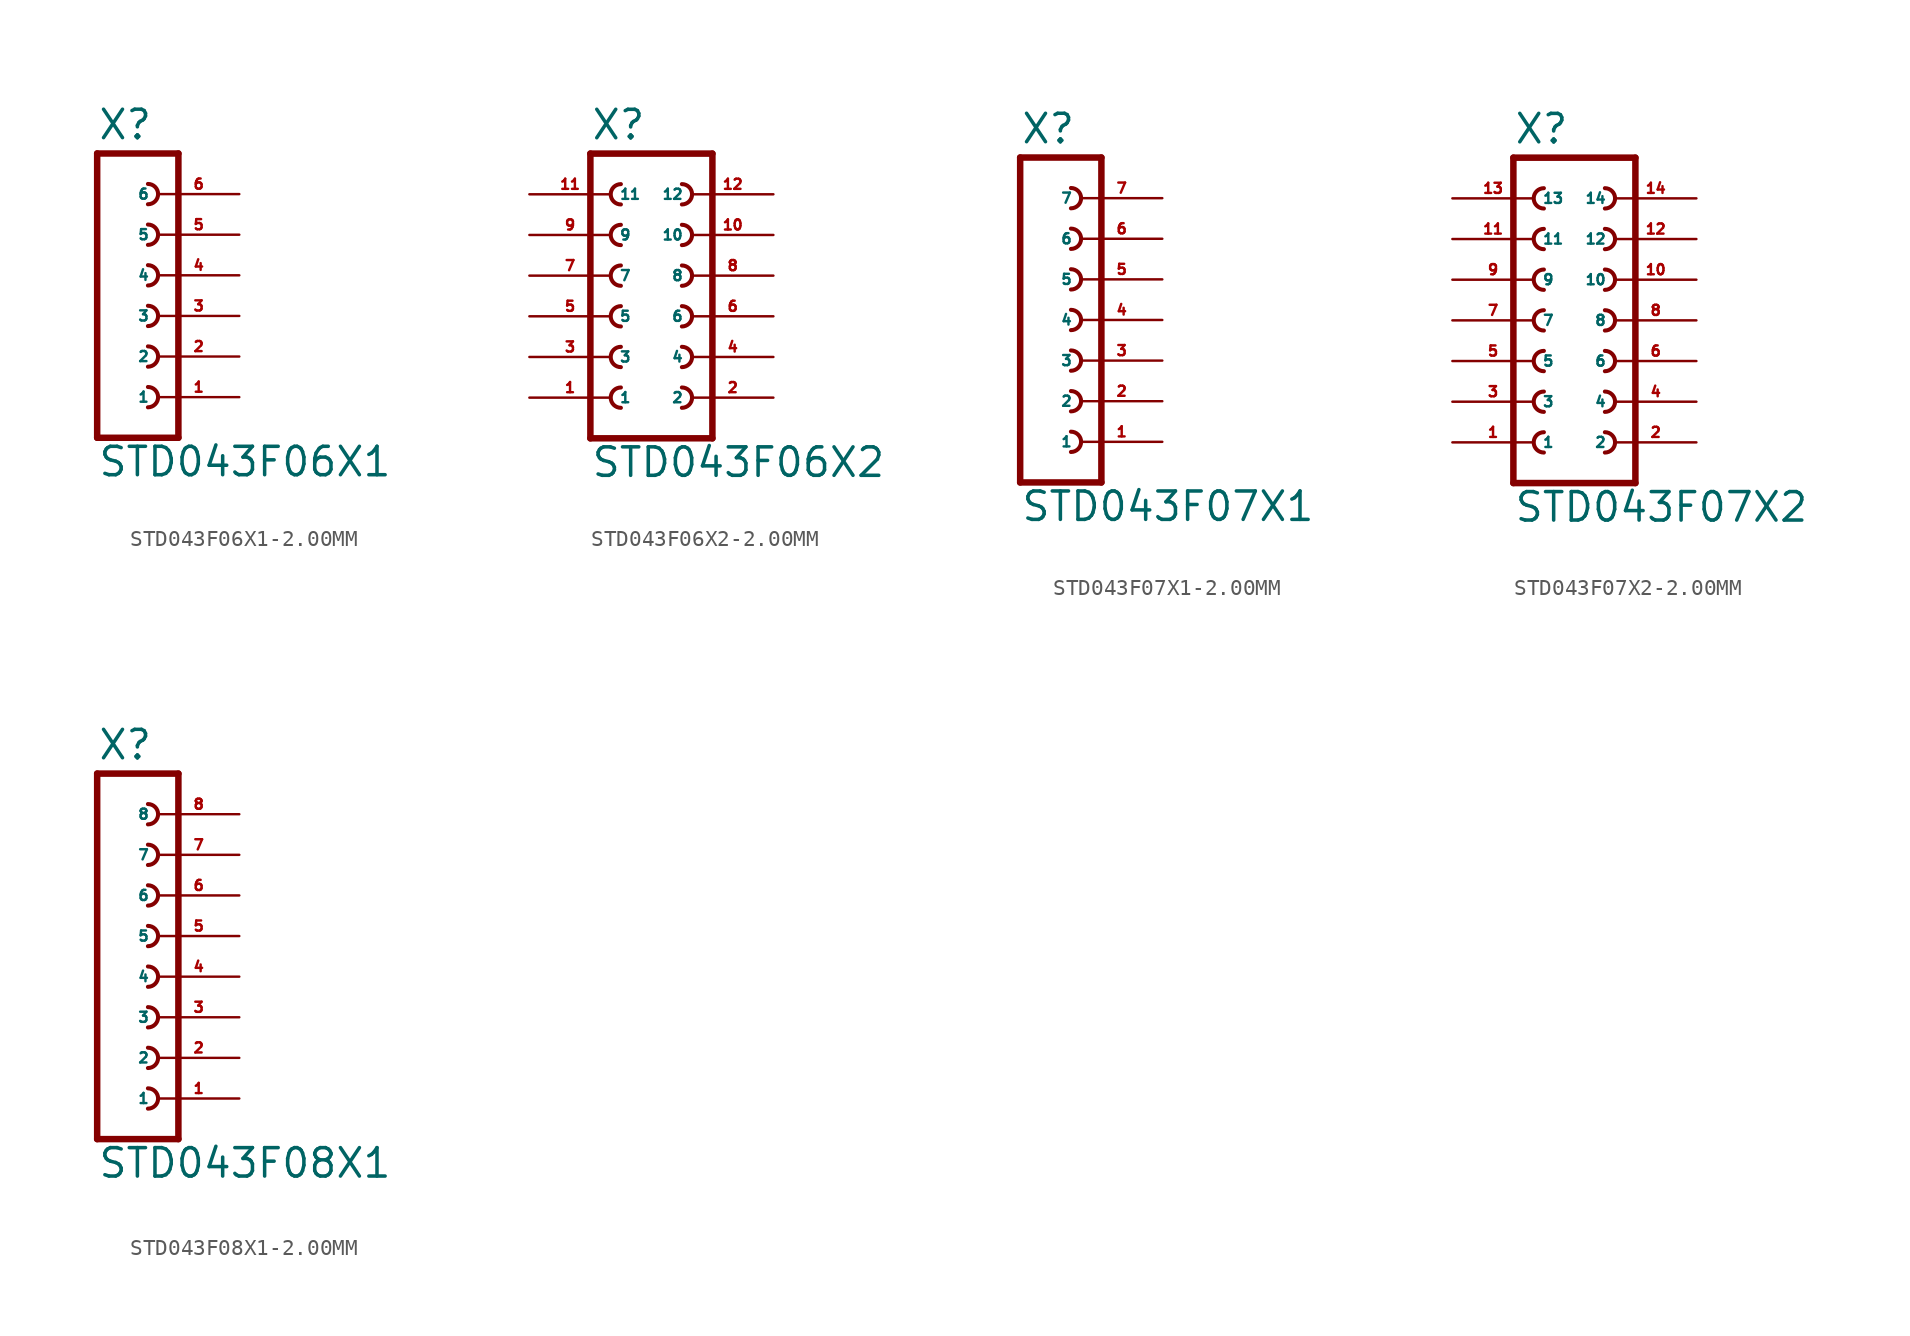
<source format=kicad_sym>
(kicad_symbol_lib
  (version 20220914)
  (generator Eagle2Kicad)
  (symbol "STD043F06X1-2.00MM"
    (property "Reference" "X"
      (at -1.27 10.922 0)
      (effects (font (size 1.778 1.778) (thickness 0.22)) (justify left bottom)))
    (property "Value" "STD043F06X1"
      (at -1.27 -10.16 0)
      (effects (font (size 1.778 1.778) (thickness 0.22)) (justify left bottom)))
    (polyline
      (pts (xy 3.81 -7.62) (xy -1.27 -7.62))
      (stroke (width 0.406) (type default))
      (fill (type none)))
    (arc
      (start 1.905 -0.635)
      (mid 2.540 0.000)
      (end 1.905 0.635)
      (stroke (width 0.254) (type default))
      (fill (type none)))
    (arc
      (start 1.905 -3.175)
      (mid 2.540 -2.540)
      (end 1.905 -1.905)
      (stroke (width 0.254) (type default))
      (fill (type none)))
    (arc
      (start 1.905 -5.715)
      (mid 2.540 -5.080)
      (end 1.905 -4.445)
      (stroke (width 0.254) (type default))
      (fill (type none)))
    (polyline
      (pts (xy -1.27 10.16) (xy -1.27 -7.62))
      (stroke (width 0.406) (type default))
      (fill (type none)))
    (polyline
      (pts (xy 3.81 -7.62) (xy 3.81 10.16))
      (stroke (width 0.406) (type default))
      (fill (type none)))
    (polyline
      (pts (xy -1.27 10.16) (xy 3.81 10.16))
      (stroke (width 0.406) (type default))
      (fill (type none)))
    (arc
      (start 1.905 4.445)
      (mid 2.540 5.080)
      (end 1.905 5.715)
      (stroke (width 0.254) (type default))
      (fill (type none)))
    (arc
      (start 1.905 1.905)
      (mid 2.540 2.540)
      (end 1.905 3.175)
      (stroke (width 0.254) (type default))
      (fill (type none)))
    (arc
      (start 1.905 6.985)
      (mid 2.540 7.620)
      (end 1.905 8.255)
      (stroke (width 0.254) (type default))
      (fill (type none)))
    (pin passive line
      (at 7.62 -5.08 180)
      (length 5.08)
      (name "1" (effects (font (size 0.635 0.635) (thickness 0.08)) (justify left bottom)))
      (number "1" (effects (font (size 0.635 0.635) (thickness 0.08)) (justify left bottom))))
    (pin passive line
      (at 7.62 -2.54 180)
      (length 5.08)
      (name "2" (effects (font (size 0.635 0.635) (thickness 0.08)) (justify left bottom)))
      (number "2" (effects (font (size 0.635 0.635) (thickness 0.08)) (justify left bottom))))
    (pin passive line
      (at 7.62 0 180)
      (length 5.08)
      (name "3" (effects (font (size 0.635 0.635) (thickness 0.08)) (justify left bottom)))
      (number "3" (effects (font (size 0.635 0.635) (thickness 0.08)) (justify left bottom))))
    (pin passive line
      (at 7.62 2.54 180)
      (length 5.08)
      (name "4" (effects (font (size 0.635 0.635) (thickness 0.08)) (justify left bottom)))
      (number "4" (effects (font (size 0.635 0.635) (thickness 0.08)) (justify left bottom))))
    (pin passive line
      (at 7.62 5.08 180)
      (length 5.08)
      (name "5" (effects (font (size 0.635 0.635) (thickness 0.08)) (justify left bottom)))
      (number "5" (effects (font (size 0.635 0.635) (thickness 0.08)) (justify left bottom))))
    (pin passive line
      (at 7.62 7.62 180)
      (length 5.08)
      (name "6" (effects (font (size 0.635 0.635) (thickness 0.08)) (justify left bottom)))
      (number "6" (effects (font (size 0.635 0.635) (thickness 0.08)) (justify left bottom)))))
  (symbol "STD043F06X2-2.00MM"
    (property "Reference" "X"
      (at -3.81 10.922 0)
      (effects (font (size 1.778 1.778) (thickness 0.22)) (justify left bottom)))
    (property "Value" "STD043F06X2"
      (at -3.81 -10.16 0)
      (effects (font (size 1.778 1.778) (thickness 0.22)) (justify left bottom)))
    (polyline
      (pts (xy 3.81 -7.62) (xy -3.81 -7.62))
      (stroke (width 0.406) (type default))
      (fill (type none)))
    (arc
      (start -1.905 0.635)
      (mid -2.540 0.000)
      (end -1.905 -0.635)
      (stroke (width 0.254) (type default))
      (fill (type none)))
    (arc
      (start -1.905 -1.905)
      (mid -2.540 -2.540)
      (end -1.905 -3.175)
      (stroke (width 0.254) (type default))
      (fill (type none)))
    (arc
      (start -1.905 -4.445)
      (mid -2.540 -5.080)
      (end -1.905 -5.715)
      (stroke (width 0.254) (type default))
      (fill (type none)))
    (arc
      (start 1.905 -0.635)
      (mid 2.540 0.000)
      (end 1.905 0.635)
      (stroke (width 0.254) (type default))
      (fill (type none)))
    (arc
      (start 1.905 -3.175)
      (mid 2.540 -2.540)
      (end 1.905 -1.905)
      (stroke (width 0.254) (type default))
      (fill (type none)))
    (arc
      (start 1.905 -5.715)
      (mid 2.540 -5.080)
      (end 1.905 -4.445)
      (stroke (width 0.254) (type default))
      (fill (type none)))
    (arc
      (start -1.905 5.715)
      (mid -2.540 5.080)
      (end -1.905 4.445)
      (stroke (width 0.254) (type default))
      (fill (type none)))
    (arc
      (start -1.905 3.175)
      (mid -2.540 2.540)
      (end -1.905 1.905)
      (stroke (width 0.254) (type default))
      (fill (type none)))
    (arc
      (start 1.905 4.445)
      (mid 2.540 5.080)
      (end 1.905 5.715)
      (stroke (width 0.254) (type default))
      (fill (type none)))
    (arc
      (start 1.905 1.905)
      (mid 2.540 2.540)
      (end 1.905 3.175)
      (stroke (width 0.254) (type default))
      (fill (type none)))
    (arc
      (start -1.905 8.255)
      (mid -2.540 7.620)
      (end -1.905 6.985)
      (stroke (width 0.254) (type default))
      (fill (type none)))
    (arc
      (start 1.905 6.985)
      (mid 2.540 7.620)
      (end 1.905 8.255)
      (stroke (width 0.254) (type default))
      (fill (type none)))
    (polyline
      (pts (xy -3.81 10.16) (xy -3.81 -7.62))
      (stroke (width 0.406) (type default))
      (fill (type none)))
    (polyline
      (pts (xy 3.81 -7.62) (xy 3.81 10.16))
      (stroke (width 0.406) (type default))
      (fill (type none)))
    (polyline
      (pts (xy -3.81 10.16) (xy 3.81 10.16))
      (stroke (width 0.406) (type default))
      (fill (type none)))
    (pin passive line
      (at -7.62 -5.08 0)
      (length 5.08)
      (name "1" (effects (font (size 0.635 0.635) (thickness 0.08)) (justify left bottom)))
      (number "1" (effects (font (size 0.635 0.635) (thickness 0.08)) (justify left bottom))))
    (pin passive line
      (at -7.62 -2.54 0)
      (length 5.08)
      (name "3" (effects (font (size 0.635 0.635) (thickness 0.08)) (justify left bottom)))
      (number "3" (effects (font (size 0.635 0.635) (thickness 0.08)) (justify left bottom))))
    (pin passive line
      (at -7.62 0 0)
      (length 5.08)
      (name "5" (effects (font (size 0.635 0.635) (thickness 0.08)) (justify left bottom)))
      (number "5" (effects (font (size 0.635 0.635) (thickness 0.08)) (justify left bottom))))
    (pin passive line
      (at 7.62 -5.08 180)
      (length 5.08)
      (name "2" (effects (font (size 0.635 0.635) (thickness 0.08)) (justify left bottom)))
      (number "2" (effects (font (size 0.635 0.635) (thickness 0.08)) (justify left bottom))))
    (pin passive line
      (at 7.62 -2.54 180)
      (length 5.08)
      (name "4" (effects (font (size 0.635 0.635) (thickness 0.08)) (justify left bottom)))
      (number "4" (effects (font (size 0.635 0.635) (thickness 0.08)) (justify left bottom))))
    (pin passive line
      (at 7.62 0 180)
      (length 5.08)
      (name "6" (effects (font (size 0.635 0.635) (thickness 0.08)) (justify left bottom)))
      (number "6" (effects (font (size 0.635 0.635) (thickness 0.08)) (justify left bottom))))
    (pin passive line
      (at -7.62 2.54 0)
      (length 5.08)
      (name "7" (effects (font (size 0.635 0.635) (thickness 0.08)) (justify left bottom)))
      (number "7" (effects (font (size 0.635 0.635) (thickness 0.08)) (justify left bottom))))
    (pin passive line
      (at -7.62 5.08 0)
      (length 5.08)
      (name "9" (effects (font (size 0.635 0.635) (thickness 0.08)) (justify left bottom)))
      (number "9" (effects (font (size 0.635 0.635) (thickness 0.08)) (justify left bottom))))
    (pin passive line
      (at 7.62 2.54 180)
      (length 5.08)
      (name "8" (effects (font (size 0.635 0.635) (thickness 0.08)) (justify left bottom)))
      (number "8" (effects (font (size 0.635 0.635) (thickness 0.08)) (justify left bottom))))
    (pin passive line
      (at 7.62 5.08 180)
      (length 5.08)
      (name "10" (effects (font (size 0.635 0.635) (thickness 0.08)) (justify left bottom)))
      (number "10" (effects (font (size 0.635 0.635) (thickness 0.08)) (justify left bottom))))
    (pin passive line
      (at -7.62 7.62 0)
      (length 5.08)
      (name "11" (effects (font (size 0.635 0.635) (thickness 0.08)) (justify left bottom)))
      (number "11" (effects (font (size 0.635 0.635) (thickness 0.08)) (justify left bottom))))
    (pin passive line
      (at 7.62 7.62 180)
      (length 5.08)
      (name "12" (effects (font (size 0.635 0.635) (thickness 0.08)) (justify left bottom)))
      (number "12" (effects (font (size 0.635 0.635) (thickness 0.08)) (justify left bottom)))))
  (symbol "STD043F07X1-2.00MM"
    (property "Reference" "X"
      (at -1.27 10.922 0)
      (effects (font (size 1.778 1.778) (thickness 0.22)) (justify left bottom)))
    (property "Value" "STD043F07X1"
      (at -1.27 -12.7 0)
      (effects (font (size 1.778 1.778) (thickness 0.22)) (justify left bottom)))
    (polyline
      (pts (xy 3.81 -10.16) (xy -1.27 -10.16))
      (stroke (width 0.406) (type default))
      (fill (type none)))
    (arc
      (start 1.905 -3.175)
      (mid 2.540 -2.540)
      (end 1.905 -1.905)
      (stroke (width 0.254) (type default))
      (fill (type none)))
    (arc
      (start 1.905 -5.715)
      (mid 2.540 -5.080)
      (end 1.905 -4.445)
      (stroke (width 0.254) (type default))
      (fill (type none)))
    (arc
      (start 1.905 -8.255)
      (mid 2.540 -7.620)
      (end 1.905 -6.985)
      (stroke (width 0.254) (type default))
      (fill (type none)))
    (polyline
      (pts (xy -1.27 10.16) (xy -1.27 -10.16))
      (stroke (width 0.406) (type default))
      (fill (type none)))
    (polyline
      (pts (xy 3.81 -10.16) (xy 3.81 10.16))
      (stroke (width 0.406) (type default))
      (fill (type none)))
    (polyline
      (pts (xy -1.27 10.16) (xy 3.81 10.16))
      (stroke (width 0.406) (type default))
      (fill (type none)))
    (arc
      (start 1.905 1.905)
      (mid 2.540 2.540)
      (end 1.905 3.175)
      (stroke (width 0.254) (type default))
      (fill (type none)))
    (arc
      (start 1.905 -0.635)
      (mid 2.540 0.000)
      (end 1.905 0.635)
      (stroke (width 0.254) (type default))
      (fill (type none)))
    (arc
      (start 1.905 4.445)
      (mid 2.540 5.080)
      (end 1.905 5.715)
      (stroke (width 0.254) (type default))
      (fill (type none)))
    (arc
      (start 1.905 6.985)
      (mid 2.540 7.620)
      (end 1.905 8.255)
      (stroke (width 0.254) (type default))
      (fill (type none)))
    (pin passive line
      (at 7.62 -7.62 180)
      (length 5.08)
      (name "1" (effects (font (size 0.635 0.635) (thickness 0.08)) (justify left bottom)))
      (number "1" (effects (font (size 0.635 0.635) (thickness 0.08)) (justify left bottom))))
    (pin passive line
      (at 7.62 -5.08 180)
      (length 5.08)
      (name "2" (effects (font (size 0.635 0.635) (thickness 0.08)) (justify left bottom)))
      (number "2" (effects (font (size 0.635 0.635) (thickness 0.08)) (justify left bottom))))
    (pin passive line
      (at 7.62 -2.54 180)
      (length 5.08)
      (name "3" (effects (font (size 0.635 0.635) (thickness 0.08)) (justify left bottom)))
      (number "3" (effects (font (size 0.635 0.635) (thickness 0.08)) (justify left bottom))))
    (pin passive line
      (at 7.62 0 180)
      (length 5.08)
      (name "4" (effects (font (size 0.635 0.635) (thickness 0.08)) (justify left bottom)))
      (number "4" (effects (font (size 0.635 0.635) (thickness 0.08)) (justify left bottom))))
    (pin passive line
      (at 7.62 2.54 180)
      (length 5.08)
      (name "5" (effects (font (size 0.635 0.635) (thickness 0.08)) (justify left bottom)))
      (number "5" (effects (font (size 0.635 0.635) (thickness 0.08)) (justify left bottom))))
    (pin passive line
      (at 7.62 5.08 180)
      (length 5.08)
      (name "6" (effects (font (size 0.635 0.635) (thickness 0.08)) (justify left bottom)))
      (number "6" (effects (font (size 0.635 0.635) (thickness 0.08)) (justify left bottom))))
    (pin passive line
      (at 7.62 7.62 180)
      (length 5.08)
      (name "7" (effects (font (size 0.635 0.635) (thickness 0.08)) (justify left bottom)))
      (number "7" (effects (font (size 0.635 0.635) (thickness 0.08)) (justify left bottom)))))
  (symbol "STD043F07X2-2.00MM"
    (property "Reference" "X"
      (at -3.81 10.922 0)
      (effects (font (size 1.778 1.778) (thickness 0.22)) (justify left bottom)))
    (property "Value" "STD043F07X2"
      (at -3.81 -12.7 0)
      (effects (font (size 1.778 1.778) (thickness 0.22)) (justify left bottom)))
    (polyline
      (pts (xy 3.81 -10.16) (xy -3.81 -10.16))
      (stroke (width 0.406) (type default))
      (fill (type none)))
    (arc
      (start -1.905 -1.905)
      (mid -2.540 -2.540)
      (end -1.905 -3.175)
      (stroke (width 0.254) (type default))
      (fill (type none)))
    (arc
      (start -1.905 -4.445)
      (mid -2.540 -5.080)
      (end -1.905 -5.715)
      (stroke (width 0.254) (type default))
      (fill (type none)))
    (arc
      (start -1.905 -6.985)
      (mid -2.540 -7.620)
      (end -1.905 -8.255)
      (stroke (width 0.254) (type default))
      (fill (type none)))
    (arc
      (start 1.905 -3.175)
      (mid 2.540 -2.540)
      (end 1.905 -1.905)
      (stroke (width 0.254) (type default))
      (fill (type none)))
    (arc
      (start 1.905 -5.715)
      (mid 2.540 -5.080)
      (end 1.905 -4.445)
      (stroke (width 0.254) (type default))
      (fill (type none)))
    (arc
      (start 1.905 -8.255)
      (mid 2.540 -7.620)
      (end 1.905 -6.985)
      (stroke (width 0.254) (type default))
      (fill (type none)))
    (arc
      (start -1.905 3.175)
      (mid -2.540 2.540)
      (end -1.905 1.905)
      (stroke (width 0.254) (type default))
      (fill (type none)))
    (arc
      (start -1.905 0.635)
      (mid -2.540 0.000)
      (end -1.905 -0.635)
      (stroke (width 0.254) (type default))
      (fill (type none)))
    (arc
      (start 1.905 1.905)
      (mid 2.540 2.540)
      (end 1.905 3.175)
      (stroke (width 0.254) (type default))
      (fill (type none)))
    (arc
      (start 1.905 -0.635)
      (mid 2.540 0.000)
      (end 1.905 0.635)
      (stroke (width 0.254) (type default))
      (fill (type none)))
    (arc
      (start -1.905 8.255)
      (mid -2.540 7.620)
      (end -1.905 6.985)
      (stroke (width 0.254) (type default))
      (fill (type none)))
    (arc
      (start -1.905 5.715)
      (mid -2.540 5.080)
      (end -1.905 4.445)
      (stroke (width 0.254) (type default))
      (fill (type none)))
    (arc
      (start 1.905 6.985)
      (mid 2.540 7.620)
      (end 1.905 8.255)
      (stroke (width 0.254) (type default))
      (fill (type none)))
    (arc
      (start 1.905 4.445)
      (mid 2.540 5.080)
      (end 1.905 5.715)
      (stroke (width 0.254) (type default))
      (fill (type none)))
    (polyline
      (pts (xy -3.81 10.16) (xy -3.81 -10.16))
      (stroke (width 0.406) (type default))
      (fill (type none)))
    (polyline
      (pts (xy 3.81 -10.16) (xy 3.81 10.16))
      (stroke (width 0.406) (type default))
      (fill (type none)))
    (polyline
      (pts (xy -3.81 10.16) (xy 3.81 10.16))
      (stroke (width 0.406) (type default))
      (fill (type none)))
    (pin passive line
      (at -7.62 -7.62 0)
      (length 5.08)
      (name "1" (effects (font (size 0.635 0.635) (thickness 0.08)) (justify left bottom)))
      (number "1" (effects (font (size 0.635 0.635) (thickness 0.08)) (justify left bottom))))
    (pin passive line
      (at -7.62 -5.08 0)
      (length 5.08)
      (name "3" (effects (font (size 0.635 0.635) (thickness 0.08)) (justify left bottom)))
      (number "3" (effects (font (size 0.635 0.635) (thickness 0.08)) (justify left bottom))))
    (pin passive line
      (at -7.62 -2.54 0)
      (length 5.08)
      (name "5" (effects (font (size 0.635 0.635) (thickness 0.08)) (justify left bottom)))
      (number "5" (effects (font (size 0.635 0.635) (thickness 0.08)) (justify left bottom))))
    (pin passive line
      (at 7.62 -7.62 180)
      (length 5.08)
      (name "2" (effects (font (size 0.635 0.635) (thickness 0.08)) (justify left bottom)))
      (number "2" (effects (font (size 0.635 0.635) (thickness 0.08)) (justify left bottom))))
    (pin passive line
      (at 7.62 -5.08 180)
      (length 5.08)
      (name "4" (effects (font (size 0.635 0.635) (thickness 0.08)) (justify left bottom)))
      (number "4" (effects (font (size 0.635 0.635) (thickness 0.08)) (justify left bottom))))
    (pin passive line
      (at 7.62 -2.54 180)
      (length 5.08)
      (name "6" (effects (font (size 0.635 0.635) (thickness 0.08)) (justify left bottom)))
      (number "6" (effects (font (size 0.635 0.635) (thickness 0.08)) (justify left bottom))))
    (pin passive line
      (at -7.62 0 0)
      (length 5.08)
      (name "7" (effects (font (size 0.635 0.635) (thickness 0.08)) (justify left bottom)))
      (number "7" (effects (font (size 0.635 0.635) (thickness 0.08)) (justify left bottom))))
    (pin passive line
      (at -7.62 2.54 0)
      (length 5.08)
      (name "9" (effects (font (size 0.635 0.635) (thickness 0.08)) (justify left bottom)))
      (number "9" (effects (font (size 0.635 0.635) (thickness 0.08)) (justify left bottom))))
    (pin passive line
      (at 7.62 0 180)
      (length 5.08)
      (name "8" (effects (font (size 0.635 0.635) (thickness 0.08)) (justify left bottom)))
      (number "8" (effects (font (size 0.635 0.635) (thickness 0.08)) (justify left bottom))))
    (pin passive line
      (at 7.62 2.54 180)
      (length 5.08)
      (name "10" (effects (font (size 0.635 0.635) (thickness 0.08)) (justify left bottom)))
      (number "10" (effects (font (size 0.635 0.635) (thickness 0.08)) (justify left bottom))))
    (pin passive line
      (at -7.62 5.08 0)
      (length 5.08)
      (name "11" (effects (font (size 0.635 0.635) (thickness 0.08)) (justify left bottom)))
      (number "11" (effects (font (size 0.635 0.635) (thickness 0.08)) (justify left bottom))))
    (pin passive line
      (at -7.62 7.62 0)
      (length 5.08)
      (name "13" (effects (font (size 0.635 0.635) (thickness 0.08)) (justify left bottom)))
      (number "13" (effects (font (size 0.635 0.635) (thickness 0.08)) (justify left bottom))))
    (pin passive line
      (at 7.62 5.08 180)
      (length 5.08)
      (name "12" (effects (font (size 0.635 0.635) (thickness 0.08)) (justify left bottom)))
      (number "12" (effects (font (size 0.635 0.635) (thickness 0.08)) (justify left bottom))))
    (pin passive line
      (at 7.62 7.62 180)
      (length 5.08)
      (name "14" (effects (font (size 0.635 0.635) (thickness 0.08)) (justify left bottom)))
      (number "14" (effects (font (size 0.635 0.635) (thickness 0.08)) (justify left bottom)))))
  (symbol "STD043F08X1-2.00MM"
    (property "Reference" "X"
      (at -1.27 13.462 0)
      (effects (font (size 1.778 1.778) (thickness 0.22)) (justify left bottom)))
    (property "Value" "STD043F08X1"
      (at -1.27 -12.7 0)
      (effects (font (size 1.778 1.778) (thickness 0.22)) (justify left bottom)))
    (polyline
      (pts (xy 3.81 -10.16) (xy -1.27 -10.16))
      (stroke (width 0.406) (type default))
      (fill (type none)))
    (arc
      (start 1.905 -3.175)
      (mid 2.540 -2.540)
      (end 1.905 -1.905)
      (stroke (width 0.254) (type default))
      (fill (type none)))
    (arc
      (start 1.905 -5.715)
      (mid 2.540 -5.080)
      (end 1.905 -4.445)
      (stroke (width 0.254) (type default))
      (fill (type none)))
    (arc
      (start 1.905 -8.255)
      (mid 2.540 -7.620)
      (end 1.905 -6.985)
      (stroke (width 0.254) (type default))
      (fill (type none)))
    (arc
      (start 1.905 1.905)
      (mid 2.540 2.540)
      (end 1.905 3.175)
      (stroke (width 0.254) (type default))
      (fill (type none)))
    (arc
      (start 1.905 -0.635)
      (mid 2.540 0.000)
      (end 1.905 0.635)
      (stroke (width 0.254) (type default))
      (fill (type none)))
    (arc
      (start 1.905 9.525)
      (mid 2.540 10.160)
      (end 1.905 10.795)
      (stroke (width 0.254) (type default))
      (fill (type none)))
    (arc
      (start 1.905 6.985)
      (mid 2.540 7.620)
      (end 1.905 8.255)
      (stroke (width 0.254) (type default))
      (fill (type none)))
    (arc
      (start 1.905 4.445)
      (mid 2.540 5.080)
      (end 1.905 5.715)
      (stroke (width 0.254) (type default))
      (fill (type none)))
    (polyline
      (pts (xy -1.27 12.7) (xy -1.27 -10.16))
      (stroke (width 0.406) (type default))
      (fill (type none)))
    (polyline
      (pts (xy 3.81 -10.16) (xy 3.81 12.7))
      (stroke (width 0.406) (type default))
      (fill (type none)))
    (polyline
      (pts (xy -1.27 12.7) (xy 3.81 12.7))
      (stroke (width 0.406) (type default))
      (fill (type none)))
    (pin passive line
      (at 7.62 -7.62 180)
      (length 5.08)
      (name "1" (effects (font (size 0.635 0.635) (thickness 0.08)) (justify left bottom)))
      (number "1" (effects (font (size 0.635 0.635) (thickness 0.08)) (justify left bottom))))
    (pin passive line
      (at 7.62 -5.08 180)
      (length 5.08)
      (name "2" (effects (font (size 0.635 0.635) (thickness 0.08)) (justify left bottom)))
      (number "2" (effects (font (size 0.635 0.635) (thickness 0.08)) (justify left bottom))))
    (pin passive line
      (at 7.62 -2.54 180)
      (length 5.08)
      (name "3" (effects (font (size 0.635 0.635) (thickness 0.08)) (justify left bottom)))
      (number "3" (effects (font (size 0.635 0.635) (thickness 0.08)) (justify left bottom))))
    (pin passive line
      (at 7.62 0 180)
      (length 5.08)
      (name "4" (effects (font (size 0.635 0.635) (thickness 0.08)) (justify left bottom)))
      (number "4" (effects (font (size 0.635 0.635) (thickness 0.08)) (justify left bottom))))
    (pin passive line
      (at 7.62 2.54 180)
      (length 5.08)
      (name "5" (effects (font (size 0.635 0.635) (thickness 0.08)) (justify left bottom)))
      (number "5" (effects (font (size 0.635 0.635) (thickness 0.08)) (justify left bottom))))
    (pin passive line
      (at 7.62 5.08 180)
      (length 5.08)
      (name "6" (effects (font (size 0.635 0.635) (thickness 0.08)) (justify left bottom)))
      (number "6" (effects (font (size 0.635 0.635) (thickness 0.08)) (justify left bottom))))
    (pin passive line
      (at 7.62 7.62 180)
      (length 5.08)
      (name "7" (effects (font (size 0.635 0.635) (thickness 0.08)) (justify left bottom)))
      (number "7" (effects (font (size 0.635 0.635) (thickness 0.08)) (justify left bottom))))
    (pin passive line
      (at 7.62 10.16 180)
      (length 5.08)
      (name "8" (effects (font (size 0.635 0.635) (thickness 0.08)) (justify left bottom)))
      (number "8" (effects (font (size 0.635 0.635) (thickness 0.08)) (justify left bottom))))))
</source>
